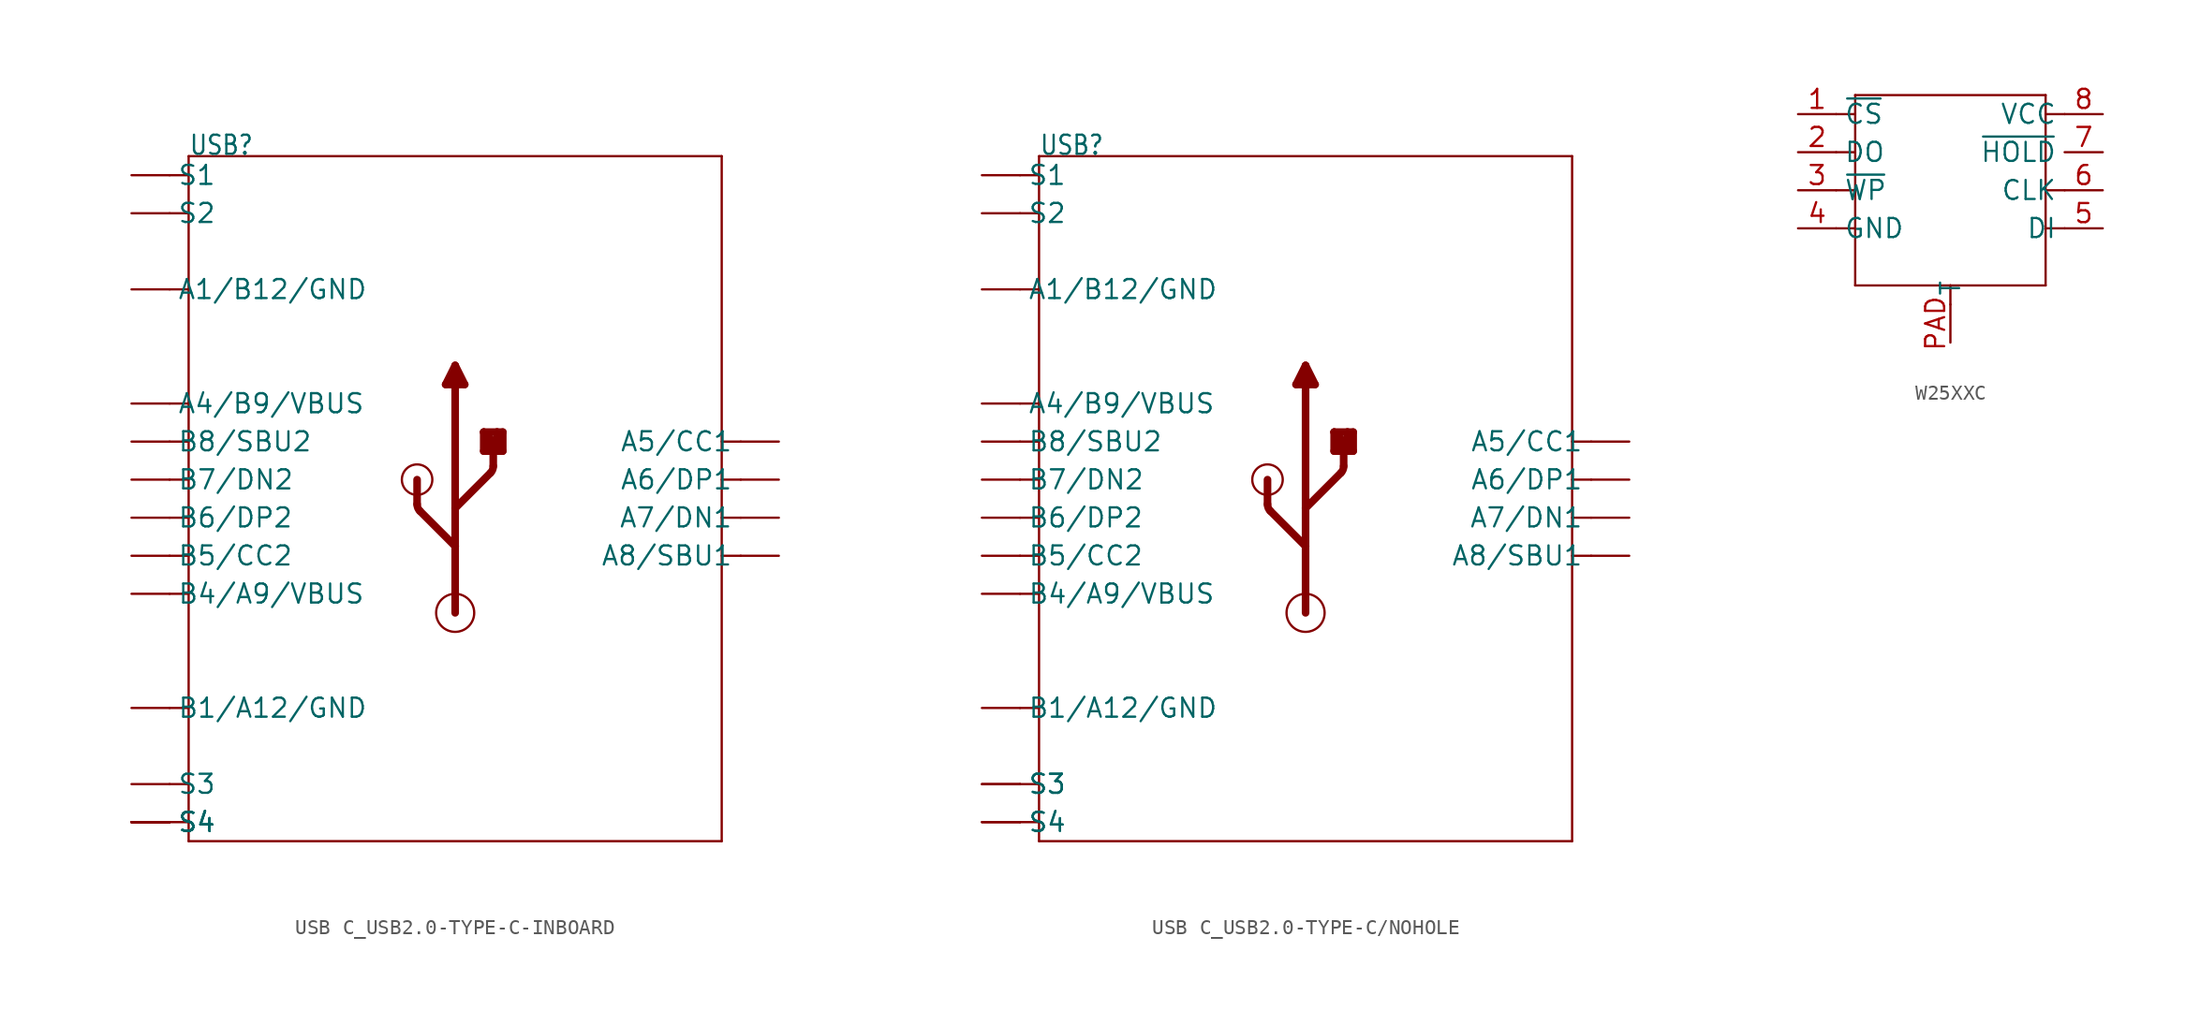
<source format=kicad_sym>
(kicad_symbol_lib
  (version 20231120)
  (generator "kicad_symbol_editor")
  (generator_version "8.0")
  (symbol "USB C_USB2.0-TYPE-C-INBOARD"
    (property "Reference" "USB"
      (at -17.78 22.86 0)
      (effects (font (size 1.27 1.079)) (justify left bottom)))
    (property "Value" ""
      (at -7.62 22.86 0)
      (effects (font (size 1.27 1.079)) (justify left bottom)))
    (property "ki_locked" ""
      (at 0 0 0)
      (effects (font (size 1.27 1.27))))
    (symbol "USB C_USB2.0-TYPE-C-INBOARD_1_0"
      (arc (start -2.5401 -0.3719) (mid -2.4917 -0.6149) (end -2.354 -0.8209) (stroke (width 0.508) (type solid)) (fill (type none)))
      (circle (center -2.54 1.27) (radius 1.016) (stroke (width 0) (type solid)) (fill (type none)))
      (circle (center 0 -7.62) (radius 1.27) (stroke (width 0) (type solid)) (fill (type none)))
      (polyline (pts (xy -19.05 -21.59) (xy -17.78 -21.59)) (stroke (width 0.152) (type solid)) (fill (type none)))
      (polyline (pts (xy -19.05 -19.05) (xy -17.78 -19.05)) (stroke (width 0.152) (type solid)) (fill (type none)))
      (polyline (pts (xy -19.05 -13.97) (xy -17.78 -13.97)) (stroke (width 0.152) (type solid)) (fill (type none)))
      (polyline (pts (xy -19.05 -6.35) (xy -17.78 -6.35)) (stroke (width 0.152) (type solid)) (fill (type none)))
      (polyline (pts (xy -19.05 -3.81) (xy -17.78 -3.81)) (stroke (width 0.152) (type solid)) (fill (type none)))
      (polyline (pts (xy -19.05 -1.27) (xy -17.78 -1.27)) (stroke (width 0.152) (type solid)) (fill (type none)))
      (polyline (pts (xy -19.05 1.27) (xy -17.78 1.27)) (stroke (width 0.152) (type solid)) (fill (type none)))
      (polyline (pts (xy -19.05 3.81) (xy -17.78 3.81)) (stroke (width 0.152) (type solid)) (fill (type none)))
      (polyline (pts (xy -19.05 6.35) (xy -17.78 6.35)) (stroke (width 0.152) (type solid)) (fill (type none)))
      (polyline (pts (xy -19.05 13.97) (xy -17.78 13.97)) (stroke (width 0.152) (type solid)) (fill (type none)))
      (polyline (pts (xy -19.05 19.05) (xy -17.78 19.05)) (stroke (width 0.152) (type solid)) (fill (type none)))
      (polyline (pts (xy -19.05 21.59) (xy -17.78 21.59)) (stroke (width 0.152) (type solid)) (fill (type none)))
      (polyline (pts (xy -17.78 -22.86) (xy -17.78 -21.59)) (stroke (width 0.152) (type solid)) (fill (type none)))
      (polyline (pts (xy -17.78 -21.59) (xy -17.78 -19.05)) (stroke (width 0.152) (type solid)) (fill (type none)))
      (polyline (pts (xy -17.78 -19.05) (xy -17.78 6.35)) (stroke (width 0.152) (type solid)) (fill (type none)))
      (polyline (pts (xy -17.78 6.35) (xy -17.78 13.97)) (stroke (width 0.152) (type solid)) (fill (type none)))
      (polyline (pts (xy -17.78 13.97) (xy -17.78 19.05)) (stroke (width 0.152) (type solid)) (fill (type none)))
      (polyline (pts (xy -17.78 19.05) (xy -17.78 21.59)) (stroke (width 0.152) (type solid)) (fill (type none)))
      (polyline (pts (xy -17.78 21.59) (xy -17.78 22.86)) (stroke (width 0.152) (type solid)) (fill (type none)))
      (polyline (pts (xy -17.78 22.86) (xy 17.78 22.86)) (stroke (width 0.152) (type solid)) (fill (type none)))
      (polyline (pts (xy -2.54 -0.372) (xy -2.54 1.27)) (stroke (width 0.508) (type solid)) (fill (type none)))
      (polyline (pts (xy -0.635 7.62) (xy 0.635 7.62)) (stroke (width 0.508) (type solid)) (fill (type none)))
      (polyline (pts (xy 0 -7.62) (xy 0 -3.175)) (stroke (width 0.508) (type solid)) (fill (type none)))
      (polyline (pts (xy 0 -3.175) (xy -2.354 -0.821)) (stroke (width 0.508) (type solid)) (fill (type none)))
      (polyline (pts (xy 0 -3.175) (xy 0 -0.635)) (stroke (width 0.508) (type solid)) (fill (type none)))
      (polyline (pts (xy 0 -0.635) (xy 0 8.89)) (stroke (width 0.508) (type solid)) (fill (type none)))
      (polyline (pts (xy 0 -0.635) (xy 2.354 1.719)) (stroke (width 0.508) (type solid)) (fill (type none)))
      (polyline (pts (xy 0 8.89) (xy -0.635 7.62)) (stroke (width 0.508) (type solid)) (fill (type none)))
      (polyline (pts (xy 0.635 7.62) (xy 0 8.89)) (stroke (width 0.508) (type solid)) (fill (type none)))
      (polyline (pts (xy 1.905 3.175) (xy 1.905 4.445)) (stroke (width 0.508) (type solid)) (fill (type none)))
      (polyline (pts (xy 1.905 4.445) (xy 2.794 4.445)) (stroke (width 0.508) (type solid)) (fill (type none)))
      (polyline (pts (xy 2.159 3.302) (xy 2.159 3.81)) (stroke (width 0.508) (type solid)) (fill (type none)))
      (polyline (pts (xy 2.54 2.168) (xy 2.54 3.81)) (stroke (width 0.508) (type solid)) (fill (type none)))
      (polyline (pts (xy 2.54 3.81) (xy 1.905 4.445)) (stroke (width 0.508) (type solid)) (fill (type none)))
      (polyline (pts (xy 2.794 3.302) (xy 2.159 3.302)) (stroke (width 0.508) (type solid)) (fill (type none)))
      (polyline (pts (xy 2.794 4.445) (xy 2.794 3.302)) (stroke (width 0.508) (type solid)) (fill (type none)))
      (polyline (pts (xy 2.794 4.445) (xy 3.175 4.445)) (stroke (width 0.508) (type solid)) (fill (type none)))
      (polyline (pts (xy 3.175 3.175) (xy 1.905 3.175)) (stroke (width 0.508) (type solid)) (fill (type none)))
      (polyline (pts (xy 3.175 4.445) (xy 3.175 3.175)) (stroke (width 0.508) (type solid)) (fill (type none)))
      (polyline (pts (xy 17.78 -22.86) (xy -17.78 -22.86)) (stroke (width 0.152) (type solid)) (fill (type none)))
      (polyline (pts (xy 17.78 22.86) (xy 17.78 -22.86)) (stroke (width 0.152) (type solid)) (fill (type none)))
      (polyline (pts (xy 19.05 -3.81) (xy 17.78 -3.81)) (stroke (width 0.152) (type solid)) (fill (type none)))
      (polyline (pts (xy 19.05 -1.27) (xy 17.78 -1.27)) (stroke (width 0.152) (type solid)) (fill (type none)))
      (polyline (pts (xy 19.05 1.27) (xy 17.78 1.27)) (stroke (width 0.152) (type solid)) (fill (type none)))
      (polyline (pts (xy 19.05 3.81) (xy 17.78 3.81)) (stroke (width 0.152) (type solid)) (fill (type none)))
      (arc (start 2.354 1.719) (mid 2.4916 1.925) (end 2.54 2.168) (stroke (width 0.508) (type solid)) (fill (type none)))
      (pin bidirectional line (at -21.59 13.97 0) (length 2.54) (name "A1/B12/GND" (effects (font (size 1.27 1.27)))) (number "A1_B12" (effects (font (size 0 0)))))
      (pin bidirectional line (at -21.59 6.35 0) (length 2.54) (name "A4/B9/VBUS" (effects (font (size 1.27 1.27)))) (number "A4_B9" (effects (font (size 0 0)))))
      (pin bidirectional line (at 21.59 3.81 180) (length 2.54) (name "A5/CC1" (effects (font (size 1.27 1.27)))) (number "A5" (effects (font (size 0 0)))))
      (pin bidirectional line (at 21.59 1.27 180) (length 2.54) (name "A6/DP1" (effects (font (size 1.27 1.27)))) (number "A6" (effects (font (size 0 0)))))
      (pin bidirectional line (at 21.59 -1.27 180) (length 2.54) (name "A7/DN1" (effects (font (size 1.27 1.27)))) (number "A7" (effects (font (size 0 0)))))
      (pin bidirectional line (at 21.59 -3.81 180) (length 2.54) (name "A8/SBU1" (effects (font (size 1.27 1.27)))) (number "A8" (effects (font (size 0 0)))))
      (pin bidirectional line (at -21.59 -13.97 0) (length 2.54) (name "B1/A12/GND" (effects (font (size 1.27 1.27)))) (number "B1_A12" (effects (font (size 0 0)))))
      (pin bidirectional line (at -21.59 -6.35 0) (length 2.54) (name "B4/A9/VBUS" (effects (font (size 1.27 1.27)))) (number "B4_A9" (effects (font (size 0 0)))))
      (pin bidirectional line (at -21.59 -3.81 0) (length 2.54) (name "B5/CC2" (effects (font (size 1.27 1.27)))) (number "B5" (effects (font (size 0 0)))))
      (pin bidirectional line (at -21.59 -1.27 0) (length 2.54) (name "B6/DP2" (effects (font (size 1.27 1.27)))) (number "B6" (effects (font (size 0 0)))))
      (pin bidirectional line (at -21.59 1.27 0) (length 2.54) (name "B7/DN2" (effects (font (size 1.27 1.27)))) (number "B7" (effects (font (size 0 0)))))
      (pin bidirectional line (at -21.59 3.81 0) (length 2.54) (name "B8/SBU2" (effects (font (size 1.27 1.27)))) (number "B8" (effects (font (size 0 0)))))
      (pin bidirectional line (at -21.59 21.59 0) (length 2.54) (name "S1" (effects (font (size 1.27 1.27)))) (number "S1" (effects (font (size 0 0)))))
      (pin bidirectional line (at -21.59 19.05 0) (length 2.54) (name "S2" (effects (font (size 1.27 1.27)))) (number "S2" (effects (font (size 0 0)))))
      (pin bidirectional line (at -21.59 -19.05 0) (length 2.54) (name "S3" (effects (font (size 1.27 1.27)))) (number "S3" (effects (font (size 0 0)))))
      (pin bidirectional line (at -21.59 -21.59 0) (length 2.54) (name "S4" (effects (font (size 1.27 1.27)))) (number "S4" (effects (font (size 0 0)))))
      (pin bidirectional line (at -21.59 -21.59 0) (length 2.54) (name "S4" (effects (font (size 1.27 1.27)))) (number "SS1" (effects (font (size 0 0)))))
      (pin bidirectional line (at -21.59 -21.59 0) (length 2.54) (name "S4" (effects (font (size 1.27 1.27)))) (number "SS2" (effects (font (size 0 0)))))
      (pin bidirectional line (at -21.59 -21.59 0) (length 2.54) (name "S4" (effects (font (size 1.27 1.27)))) (number "SS3" (effects (font (size 0 0)))))
      (pin bidirectional line (at -21.59 -21.59 0) (length 2.54) (name "S4" (effects (font (size 1.27 1.27)))) (number "SS4" (effects (font (size 0 0)))))))
  (symbol "USB C_USB2.0-TYPE-C/NOHOLE"
    (property "Reference" "USB"
      (at -17.78 22.86 0)
      (effects (font (size 1.27 1.079)) (justify left bottom)))
    (property "Value" ""
      (at -7.62 22.86 0)
      (effects (font (size 1.27 1.079)) (justify left bottom)))
    (property "ki_locked" ""
      (at 0 0 0)
      (effects (font (size 1.27 1.27))))
    (symbol "USB C_USB2.0-TYPE-C/NOHOLE_1_0"
      (arc (start -2.5401 -0.3719) (mid -2.4917 -0.6149) (end -2.354 -0.8209) (stroke (width 0.508) (type solid)) (fill (type none)))
      (circle (center -2.54 1.27) (radius 1.016) (stroke (width 0) (type solid)) (fill (type none)))
      (circle (center 0 -7.62) (radius 1.27) (stroke (width 0) (type solid)) (fill (type none)))
      (polyline (pts (xy -19.05 -21.59) (xy -17.78 -21.59)) (stroke (width 0.152) (type solid)) (fill (type none)))
      (polyline (pts (xy -19.05 -19.05) (xy -17.78 -19.05)) (stroke (width 0.152) (type solid)) (fill (type none)))
      (polyline (pts (xy -19.05 -13.97) (xy -17.78 -13.97)) (stroke (width 0.152) (type solid)) (fill (type none)))
      (polyline (pts (xy -19.05 -6.35) (xy -17.78 -6.35)) (stroke (width 0.152) (type solid)) (fill (type none)))
      (polyline (pts (xy -19.05 -3.81) (xy -17.78 -3.81)) (stroke (width 0.152) (type solid)) (fill (type none)))
      (polyline (pts (xy -19.05 -1.27) (xy -17.78 -1.27)) (stroke (width 0.152) (type solid)) (fill (type none)))
      (polyline (pts (xy -19.05 1.27) (xy -17.78 1.27)) (stroke (width 0.152) (type solid)) (fill (type none)))
      (polyline (pts (xy -19.05 3.81) (xy -17.78 3.81)) (stroke (width 0.152) (type solid)) (fill (type none)))
      (polyline (pts (xy -19.05 6.35) (xy -17.78 6.35)) (stroke (width 0.152) (type solid)) (fill (type none)))
      (polyline (pts (xy -19.05 13.97) (xy -17.78 13.97)) (stroke (width 0.152) (type solid)) (fill (type none)))
      (polyline (pts (xy -19.05 19.05) (xy -17.78 19.05)) (stroke (width 0.152) (type solid)) (fill (type none)))
      (polyline (pts (xy -19.05 21.59) (xy -17.78 21.59)) (stroke (width 0.152) (type solid)) (fill (type none)))
      (polyline (pts (xy -17.78 -22.86) (xy -17.78 -21.59)) (stroke (width 0.152) (type solid)) (fill (type none)))
      (polyline (pts (xy -17.78 -21.59) (xy -17.78 -19.05)) (stroke (width 0.152) (type solid)) (fill (type none)))
      (polyline (pts (xy -17.78 -19.05) (xy -17.78 6.35)) (stroke (width 0.152) (type solid)) (fill (type none)))
      (polyline (pts (xy -17.78 6.35) (xy -17.78 13.97)) (stroke (width 0.152) (type solid)) (fill (type none)))
      (polyline (pts (xy -17.78 13.97) (xy -17.78 19.05)) (stroke (width 0.152) (type solid)) (fill (type none)))
      (polyline (pts (xy -17.78 19.05) (xy -17.78 21.59)) (stroke (width 0.152) (type solid)) (fill (type none)))
      (polyline (pts (xy -17.78 21.59) (xy -17.78 22.86)) (stroke (width 0.152) (type solid)) (fill (type none)))
      (polyline (pts (xy -17.78 22.86) (xy 17.78 22.86)) (stroke (width 0.152) (type solid)) (fill (type none)))
      (polyline (pts (xy -2.54 -0.372) (xy -2.54 1.27)) (stroke (width 0.508) (type solid)) (fill (type none)))
      (polyline (pts (xy -0.635 7.62) (xy 0.635 7.62)) (stroke (width 0.508) (type solid)) (fill (type none)))
      (polyline (pts (xy 0 -7.62) (xy 0 -3.175)) (stroke (width 0.508) (type solid)) (fill (type none)))
      (polyline (pts (xy 0 -3.175) (xy -2.354 -0.821)) (stroke (width 0.508) (type solid)) (fill (type none)))
      (polyline (pts (xy 0 -3.175) (xy 0 -0.635)) (stroke (width 0.508) (type solid)) (fill (type none)))
      (polyline (pts (xy 0 -0.635) (xy 0 8.89)) (stroke (width 0.508) (type solid)) (fill (type none)))
      (polyline (pts (xy 0 -0.635) (xy 2.354 1.719)) (stroke (width 0.508) (type solid)) (fill (type none)))
      (polyline (pts (xy 0 8.89) (xy -0.635 7.62)) (stroke (width 0.508) (type solid)) (fill (type none)))
      (polyline (pts (xy 0.635 7.62) (xy 0 8.89)) (stroke (width 0.508) (type solid)) (fill (type none)))
      (polyline (pts (xy 1.905 3.175) (xy 1.905 4.445)) (stroke (width 0.508) (type solid)) (fill (type none)))
      (polyline (pts (xy 1.905 4.445) (xy 2.794 4.445)) (stroke (width 0.508) (type solid)) (fill (type none)))
      (polyline (pts (xy 2.159 3.302) (xy 2.159 3.81)) (stroke (width 0.508) (type solid)) (fill (type none)))
      (polyline (pts (xy 2.54 2.168) (xy 2.54 3.81)) (stroke (width 0.508) (type solid)) (fill (type none)))
      (polyline (pts (xy 2.54 3.81) (xy 1.905 4.445)) (stroke (width 0.508) (type solid)) (fill (type none)))
      (polyline (pts (xy 2.794 3.302) (xy 2.159 3.302)) (stroke (width 0.508) (type solid)) (fill (type none)))
      (polyline (pts (xy 2.794 4.445) (xy 2.794 3.302)) (stroke (width 0.508) (type solid)) (fill (type none)))
      (polyline (pts (xy 2.794 4.445) (xy 3.175 4.445)) (stroke (width 0.508) (type solid)) (fill (type none)))
      (polyline (pts (xy 3.175 3.175) (xy 1.905 3.175)) (stroke (width 0.508) (type solid)) (fill (type none)))
      (polyline (pts (xy 3.175 4.445) (xy 3.175 3.175)) (stroke (width 0.508) (type solid)) (fill (type none)))
      (polyline (pts (xy 17.78 -22.86) (xy -17.78 -22.86)) (stroke (width 0.152) (type solid)) (fill (type none)))
      (polyline (pts (xy 17.78 22.86) (xy 17.78 -22.86)) (stroke (width 0.152) (type solid)) (fill (type none)))
      (polyline (pts (xy 19.05 -3.81) (xy 17.78 -3.81)) (stroke (width 0.152) (type solid)) (fill (type none)))
      (polyline (pts (xy 19.05 -1.27) (xy 17.78 -1.27)) (stroke (width 0.152) (type solid)) (fill (type none)))
      (polyline (pts (xy 19.05 1.27) (xy 17.78 1.27)) (stroke (width 0.152) (type solid)) (fill (type none)))
      (polyline (pts (xy 19.05 3.81) (xy 17.78 3.81)) (stroke (width 0.152) (type solid)) (fill (type none)))
      (arc (start 2.354 1.719) (mid 2.4916 1.925) (end 2.54 2.168) (stroke (width 0.508) (type solid)) (fill (type none)))
      (pin bidirectional line (at -21.59 13.97 0) (length 2.54) (name "A1/B12/GND" (effects (font (size 1.27 1.27)))) (number "A1_B12" (effects (font (size 0 0)))))
      (pin bidirectional line (at -21.59 6.35 0) (length 2.54) (name "A4/B9/VBUS" (effects (font (size 1.27 1.27)))) (number "A4_B9" (effects (font (size 0 0)))))
      (pin bidirectional line (at 21.59 3.81 180) (length 2.54) (name "A5/CC1" (effects (font (size 1.27 1.27)))) (number "A5" (effects (font (size 0 0)))))
      (pin bidirectional line (at 21.59 1.27 180) (length 2.54) (name "A6/DP1" (effects (font (size 1.27 1.27)))) (number "A6" (effects (font (size 0 0)))))
      (pin bidirectional line (at 21.59 -1.27 180) (length 2.54) (name "A7/DN1" (effects (font (size 1.27 1.27)))) (number "A7" (effects (font (size 0 0)))))
      (pin bidirectional line (at 21.59 -3.81 180) (length 2.54) (name "A8/SBU1" (effects (font (size 1.27 1.27)))) (number "A8" (effects (font (size 0 0)))))
      (pin bidirectional line (at -21.59 -13.97 0) (length 2.54) (name "B1/A12/GND" (effects (font (size 1.27 1.27)))) (number "B1_A12" (effects (font (size 0 0)))))
      (pin bidirectional line (at -21.59 -6.35 0) (length 2.54) (name "B4/A9/VBUS" (effects (font (size 1.27 1.27)))) (number "B4_A9" (effects (font (size 0 0)))))
      (pin bidirectional line (at -21.59 -3.81 0) (length 2.54) (name "B5/CC2" (effects (font (size 1.27 1.27)))) (number "B5" (effects (font (size 0 0)))))
      (pin bidirectional line (at -21.59 -1.27 0) (length 2.54) (name "B6/DP2" (effects (font (size 1.27 1.27)))) (number "B6" (effects (font (size 0 0)))))
      (pin bidirectional line (at -21.59 1.27 0) (length 2.54) (name "B7/DN2" (effects (font (size 1.27 1.27)))) (number "B7" (effects (font (size 0 0)))))
      (pin bidirectional line (at -21.59 3.81 0) (length 2.54) (name "B8/SBU2" (effects (font (size 1.27 1.27)))) (number "B8" (effects (font (size 0 0)))))
      (pin bidirectional line (at -21.59 21.59 0) (length 2.54) (name "S1" (effects (font (size 1.27 1.27)))) (number "S1" (effects (font (size 0 0)))))
      (pin bidirectional line (at -21.59 19.05 0) (length 2.54) (name "S2" (effects (font (size 1.27 1.27)))) (number "S2" (effects (font (size 0 0)))))
      (pin bidirectional line (at -21.59 -19.05 0) (length 2.54) (name "S3" (effects (font (size 1.27 1.27)))) (number "S3" (effects (font (size 0 0)))))
      (pin bidirectional line (at -21.59 -19.05 0) (length 2.54) (name "S3" (effects (font (size 1.27 1.27)))) (number "S4" (effects (font (size 0 0)))))
      (pin bidirectional line (at -21.59 -21.59 0) (length 2.54) (name "S4" (effects (font (size 1.27 1.27)))) (number "S5" (effects (font (size 0 0)))))
      (pin bidirectional line (at -21.59 -21.59 0) (length 2.54) (name "S4" (effects (font (size 1.27 1.27)))) (number "S6" (effects (font (size 0 0)))))))
  (symbol "W25XXC"
    (property "Reference" "U"
      (at -6.35 6.35 0)
      (effects (font (size 1.27 1.079)) (justify left bottom) (hide yes)))
    (property "ki_locked" ""
      (at 0 0 0)
      (effects (font (size 1.27 1.27))))
    (symbol "W25XXC_1_0"
      (polyline (pts (xy -7.62 -2.54) (xy -6.35 -2.54)) (stroke (width 0.152) (type solid)) (fill (type none)))
      (polyline (pts (xy -7.62 0) (xy -6.35 0)) (stroke (width 0.152) (type solid)) (fill (type none)))
      (polyline (pts (xy -7.62 2.54) (xy -6.35 2.54)) (stroke (width 0.152) (type solid)) (fill (type none)))
      (polyline (pts (xy -7.62 5.08) (xy -6.35 5.08)) (stroke (width 0.152) (type solid)) (fill (type none)))
      (polyline (pts (xy -6.35 -6.35) (xy -6.35 -2.54)) (stroke (width 0.152) (type solid)) (fill (type none)))
      (polyline (pts (xy -6.35 -2.54) (xy -6.35 0)) (stroke (width 0.152) (type solid)) (fill (type none)))
      (polyline (pts (xy -6.35 0) (xy -6.35 2.54)) (stroke (width 0.152) (type solid)) (fill (type none)))
      (polyline (pts (xy -6.35 2.54) (xy -6.35 5.08)) (stroke (width 0.152) (type solid)) (fill (type none)))
      (polyline (pts (xy -6.35 5.08) (xy -6.35 6.35)) (stroke (width 0.152) (type solid)) (fill (type none)))
      (polyline (pts (xy -6.35 6.35) (xy 6.35 6.35)) (stroke (width 0.152) (type solid)) (fill (type none)))
      (polyline (pts (xy 0 -7.62) (xy 0 -6.35)) (stroke (width 0.152) (type solid)) (fill (type none)))
      (polyline (pts (xy 0 -6.35) (xy -6.35 -6.35)) (stroke (width 0.152) (type solid)) (fill (type none)))
      (polyline (pts (xy 6.35 -6.35) (xy 0 -6.35)) (stroke (width 0.152) (type solid)) (fill (type none)))
      (polyline (pts (xy 6.35 -2.54) (xy 6.35 -6.35)) (stroke (width 0.152) (type solid)) (fill (type none)))
      (polyline (pts (xy 6.35 0) (xy 6.35 -2.54)) (stroke (width 0.152) (type solid)) (fill (type none)))
      (polyline (pts (xy 6.35 5.08) (xy 6.35 0)) (stroke (width 0.152) (type solid)) (fill (type none)))
      (polyline (pts (xy 6.35 6.35) (xy 6.35 5.08)) (stroke (width 0.152) (type solid)) (fill (type none)))
      (polyline (pts (xy 7.62 -2.54) (xy 6.35 -2.54)) (stroke (width 0.152) (type solid)) (fill (type none)))
      (polyline (pts (xy 7.62 0) (xy 6.35 0)) (stroke (width 0.152) (type solid)) (fill (type none)))
      (polyline (pts (xy 7.62 5.08) (xy 6.35 5.08)) (stroke (width 0.152) (type solid)) (fill (type none)))
      (pin bidirectional line (at -10.16 5.08 0) (length 2.54) (name "~{CS}" (effects (font (size 1.27 1.27)))) (number "1" (effects (font (size 1.27 1.27)))))
      (pin bidirectional line (at -10.16 2.54 0) (length 2.54) (name "DO" (effects (font (size 1.27 1.27)))) (number "2" (effects (font (size 1.27 1.27)))))
      (pin bidirectional line (at -10.16 0 0) (length 2.54) (name "~{WP}" (effects (font (size 1.27 1.27)))) (number "3" (effects (font (size 1.27 1.27)))))
      (pin bidirectional line (at -10.16 -2.54 0) (length 2.54) (name "GND" (effects (font (size 1.27 1.27)))) (number "4" (effects (font (size 1.27 1.27)))))
      (pin bidirectional line (at 10.16 -2.54 180) (length 2.54) (name "DI" (effects (font (size 1.27 1.27)))) (number "5" (effects (font (size 1.27 1.27)))))
      (pin bidirectional line (at 10.16 0 180) (length 2.54) (name "CLK" (effects (font (size 1.27 1.27)))) (number "6" (effects (font (size 1.27 1.27)))))
      (pin bidirectional line (at 10.16 2.54 180) (length 2.54) (name "~{HOLD}" (effects (font (size 1.27 1.27)))) (number "7" (effects (font (size 1.27 1.27)))))
      (pin bidirectional line (at 10.16 5.08 180) (length 2.54) (name "VCC" (effects (font (size 1.27 1.27)))) (number "8" (effects (font (size 1.27 1.27)))))
      (pin bidirectional line (at 0 -10.16 90) (length 2.54) (name "T" (effects (font (size 1.27 1.27)))) (number "PAD" (effects (font (size 1.27 1.27))))))))
</source>
